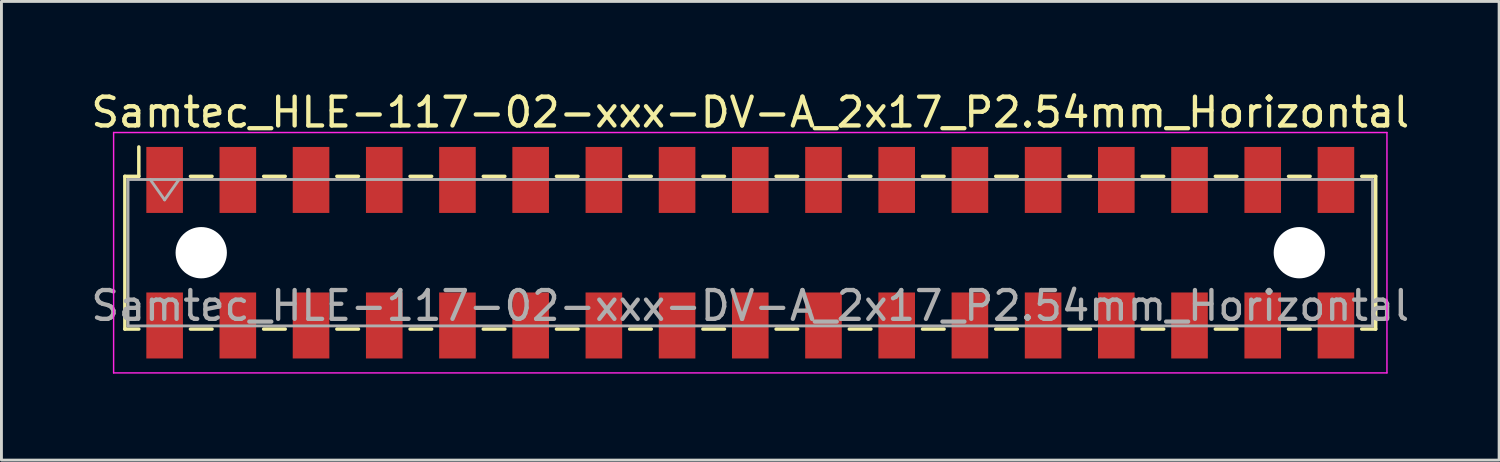
<source format=kicad_pcb>
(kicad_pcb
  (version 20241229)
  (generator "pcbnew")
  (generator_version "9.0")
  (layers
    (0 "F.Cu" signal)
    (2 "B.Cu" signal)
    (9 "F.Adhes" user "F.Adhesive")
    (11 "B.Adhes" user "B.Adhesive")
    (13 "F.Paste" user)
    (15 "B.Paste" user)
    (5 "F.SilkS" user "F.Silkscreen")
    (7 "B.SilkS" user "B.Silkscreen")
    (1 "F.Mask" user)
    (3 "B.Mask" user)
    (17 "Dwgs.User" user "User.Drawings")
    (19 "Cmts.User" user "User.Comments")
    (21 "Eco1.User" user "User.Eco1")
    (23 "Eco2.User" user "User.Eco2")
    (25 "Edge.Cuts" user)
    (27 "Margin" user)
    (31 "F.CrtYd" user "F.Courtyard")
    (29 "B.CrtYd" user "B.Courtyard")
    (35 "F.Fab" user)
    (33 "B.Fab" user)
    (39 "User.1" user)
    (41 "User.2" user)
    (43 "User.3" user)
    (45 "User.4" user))
  (footprint "Samtec_HLE-117-02-xxx-DV-A_2x17_P2.54mm_Horizontal"
    (layer "F.Cu")
    (at 22.982 5.718)
    (property "Reference" "Samtec_HLE-117-02-xxx-DV-A_2x17_P2.54mm_Horizontal" (at 0 -4.87 0) (layer "F.SilkS") (effects (font (size 1 1) (thickness 0.15))))
    (attr smd)
    (fp_line (start -21.7 -2.65) (end -21.7 2.65) (stroke (width 0.12) (type solid)) (layer "F.SilkS"))
    (fp_line (start -21.7 2.65) (end -21.215 2.65) (stroke (width 0.12) (type solid)) (layer "F.SilkS"))
    (fp_line (start -21.215 -3.67) (end -21.215 -2.65) (stroke (width 0.12) (type solid)) (layer "F.SilkS"))
    (fp_line (start -21.215 -2.65) (end -21.7 -2.65) (stroke (width 0.12) (type solid)) (layer "F.SilkS"))
    (fp_line (start -19.425 -2.65) (end -18.675 -2.65) (stroke (width 0.12) (type solid)) (layer "F.SilkS"))
    (fp_line (start -19.425 2.65) (end -18.675 2.65) (stroke (width 0.12) (type solid)) (layer "F.SilkS"))
    (fp_line (start -16.885 -2.65) (end -16.135 -2.65) (stroke (width 0.12) (type solid)) (layer "F.SilkS"))
    (fp_line (start -16.885 2.65) (end -16.135 2.65) (stroke (width 0.12) (type solid)) (layer "F.SilkS"))
    (fp_line (start -14.345 -2.65) (end -13.595 -2.65) (stroke (width 0.12) (type solid)) (layer "F.SilkS"))
    (fp_line (start -14.345 2.65) (end -13.595 2.65) (stroke (width 0.12) (type solid)) (layer "F.SilkS"))
    (fp_line (start -11.805 -2.65) (end -11.055 -2.65) (stroke (width 0.12) (type solid)) (layer "F.SilkS"))
    (fp_line (start -11.805 2.65) (end -11.055 2.65) (stroke (width 0.12) (type solid)) (layer "F.SilkS"))
    (fp_line (start -9.265 -2.65) (end -8.515 -2.65) (stroke (width 0.12) (type solid)) (layer "F.SilkS"))
    (fp_line (start -9.265 2.65) (end -8.515 2.65) (stroke (width 0.12) (type solid)) (layer "F.SilkS"))
    (fp_line (start -6.725 -2.65) (end -5.975 -2.65) (stroke (width 0.12) (type solid)) (layer "F.SilkS"))
    (fp_line (start -6.725 2.65) (end -5.975 2.65) (stroke (width 0.12) (type solid)) (layer "F.SilkS"))
    (fp_line (start -4.185 -2.65) (end -3.435 -2.65) (stroke (width 0.12) (type solid)) (layer "F.SilkS"))
    (fp_line (start -4.185 2.65) (end -3.435 2.65) (stroke (width 0.12) (type solid)) (layer "F.SilkS"))
    (fp_line (start -1.645 -2.65) (end -0.895 -2.65) (stroke (width 0.12) (type solid)) (layer "F.SilkS"))
    (fp_line (start -1.645 2.65) (end -0.895 2.65) (stroke (width 0.12) (type solid)) (layer "F.SilkS"))
    (fp_line (start 0.895 -2.65) (end 1.645 -2.65) (stroke (width 0.12) (type solid)) (layer "F.SilkS"))
    (fp_line (start 0.895 2.65) (end 1.645 2.65) (stroke (width 0.12) (type solid)) (layer "F.SilkS"))
    (fp_line (start 3.435 -2.65) (end 4.185 -2.65) (stroke (width 0.12) (type solid)) (layer "F.SilkS"))
    (fp_line (start 3.435 2.65) (end 4.185 2.65) (stroke (width 0.12) (type solid)) (layer "F.SilkS"))
    (fp_line (start 5.975 -2.65) (end 6.725 -2.65) (stroke (width 0.12) (type solid)) (layer "F.SilkS"))
    (fp_line (start 5.975 2.65) (end 6.725 2.65) (stroke (width 0.12) (type solid)) (layer "F.SilkS"))
    (fp_line (start 8.515 -2.65) (end 9.265 -2.65) (stroke (width 0.12) (type solid)) (layer "F.SilkS"))
    (fp_line (start 8.515 2.65) (end 9.265 2.65) (stroke (width 0.12) (type solid)) (layer "F.SilkS"))
    (fp_line (start 11.055 -2.65) (end 11.805 -2.65) (stroke (width 0.12) (type solid)) (layer "F.SilkS"))
    (fp_line (start 11.055 2.65) (end 11.805 2.65) (stroke (width 0.12) (type solid)) (layer "F.SilkS"))
    (fp_line (start 13.595 -2.65) (end 14.345 -2.65) (stroke (width 0.12) (type solid)) (layer "F.SilkS"))
    (fp_line (start 13.595 2.65) (end 14.345 2.65) (stroke (width 0.12) (type solid)) (layer "F.SilkS"))
    (fp_line (start 16.135 -2.65) (end 16.885 -2.65) (stroke (width 0.12) (type solid)) (layer "F.SilkS"))
    (fp_line (start 16.135 2.65) (end 16.885 2.65) (stroke (width 0.12) (type solid)) (layer "F.SilkS"))
    (fp_line (start 18.675 -2.65) (end 19.425 -2.65) (stroke (width 0.12) (type solid)) (layer "F.SilkS"))
    (fp_line (start 18.675 2.65) (end 19.425 2.65) (stroke (width 0.12) (type solid)) (layer "F.SilkS"))
    (fp_line (start 21.215 -2.65) (end 21.7 -2.65) (stroke (width 0.12) (type solid)) (layer "F.SilkS"))
    (fp_line (start 21.7 -2.65) (end 21.7 2.65) (stroke (width 0.12) (type solid)) (layer "F.SilkS"))
    (fp_line (start 21.7 2.65) (end 21.215 2.65) (stroke (width 0.12) (type solid)) (layer "F.SilkS"))
    (fp_line (start -22.09 -4.17) (end 22.09 -4.17) (stroke (width 0.05) (type solid)) (layer "F.CrtYd"))
    (fp_line (start -22.09 4.17) (end -22.09 -4.17) (stroke (width 0.05) (type solid)) (layer "F.CrtYd"))
    (fp_line (start 22.09 -4.17) (end 22.09 4.17) (stroke (width 0.05) (type solid)) (layer "F.CrtYd"))
    (fp_line (start 22.09 4.17) (end -22.09 4.17) (stroke (width 0.05) (type solid)) (layer "F.CrtYd"))
    (fp_line (start -21.59 -2.54) (end 21.59 -2.54) (stroke (width 0.1) (type solid)) (layer "F.Fab"))
    (fp_line (start -21.59 2.54) (end -21.59 -2.54) (stroke (width 0.1) (type solid)) (layer "F.Fab"))
    (fp_line (start -20.82 -2.54) (end -20.32 -1.833) (stroke (width 0.1) (type solid)) (layer "F.Fab"))
    (fp_line (start -20.32 -1.833) (end -19.82 -2.54) (stroke (width 0.1) (type solid)) (layer "F.Fab"))
    (fp_line (start 21.59 -2.54) (end 21.59 2.54) (stroke (width 0.1) (type solid)) (layer "F.Fab"))
    (fp_line (start 21.59 2.54) (end -21.59 2.54) (stroke (width 0.1) (type solid)) (layer "F.Fab"))
    (fp_text user "${REFERENCE}" (at 0 1.84 0) (layer "F.Fab") (effects (font (size 1 1) (thickness 0.15))))
    (pad "" np_thru_hole circle (at -19.05 0) (size 1.78 1.78) (drill 1.78) (layers "*.Cu" "*.Mask"))
    (pad "" np_thru_hole circle (at 19.05 0) (size 1.78 1.78) (drill 1.78) (layers "*.Cu" "*.Mask"))
    (pad "1" smd rect (at -20.32 -2.525) (size 1.27 2.29) (layers "F.Cu" "F.Mask" "F.Paste"))
    (pad "2" smd rect (at -20.32 2.525) (size 1.27 2.29) (layers "F.Cu" "F.Mask" "F.Paste"))
    (pad "3" smd rect (at -17.78 -2.525) (size 1.27 2.29) (layers "F.Cu" "F.Mask" "F.Paste"))
    (pad "4" smd rect (at -17.78 2.525) (size 1.27 2.29) (layers "F.Cu" "F.Mask" "F.Paste"))
    (pad "5" smd rect (at -15.24 -2.525) (size 1.27 2.29) (layers "F.Cu" "F.Mask" "F.Paste"))
    (pad "6" smd rect (at -15.24 2.525) (size 1.27 2.29) (layers "F.Cu" "F.Mask" "F.Paste"))
    (pad "7" smd rect (at -12.7 -2.525) (size 1.27 2.29) (layers "F.Cu" "F.Mask" "F.Paste"))
    (pad "8" smd rect (at -12.7 2.525) (size 1.27 2.29) (layers "F.Cu" "F.Mask" "F.Paste"))
    (pad "9" smd rect (at -10.16 -2.525) (size 1.27 2.29) (layers "F.Cu" "F.Mask" "F.Paste"))
    (pad "10" smd rect (at -10.16 2.525) (size 1.27 2.29) (layers "F.Cu" "F.Mask" "F.Paste"))
    (pad "11" smd rect (at -7.62 -2.525) (size 1.27 2.29) (layers "F.Cu" "F.Mask" "F.Paste"))
    (pad "12" smd rect (at -7.62 2.525) (size 1.27 2.29) (layers "F.Cu" "F.Mask" "F.Paste"))
    (pad "13" smd rect (at -5.08 -2.525) (size 1.27 2.29) (layers "F.Cu" "F.Mask" "F.Paste"))
    (pad "14" smd rect (at -5.08 2.525) (size 1.27 2.29) (layers "F.Cu" "F.Mask" "F.Paste"))
    (pad "15" smd rect (at -2.54 -2.525) (size 1.27 2.29) (layers "F.Cu" "F.Mask" "F.Paste"))
    (pad "16" smd rect (at -2.54 2.525) (size 1.27 2.29) (layers "F.Cu" "F.Mask" "F.Paste"))
    (pad "17" smd rect (at 0 -2.525) (size 1.27 2.29) (layers "F.Cu" "F.Mask" "F.Paste"))
    (pad "18" smd rect (at 0 2.525) (size 1.27 2.29) (layers "F.Cu" "F.Mask" "F.Paste"))
    (pad "19" smd rect (at 2.54 -2.525) (size 1.27 2.29) (layers "F.Cu" "F.Mask" "F.Paste"))
    (pad "20" smd rect (at 2.54 2.525) (size 1.27 2.29) (layers "F.Cu" "F.Mask" "F.Paste"))
    (pad "21" smd rect (at 5.08 -2.525) (size 1.27 2.29) (layers "F.Cu" "F.Mask" "F.Paste"))
    (pad "22" smd rect (at 5.08 2.525) (size 1.27 2.29) (layers "F.Cu" "F.Mask" "F.Paste"))
    (pad "23" smd rect (at 7.62 -2.525) (size 1.27 2.29) (layers "F.Cu" "F.Mask" "F.Paste"))
    (pad "24" smd rect (at 7.62 2.525) (size 1.27 2.29) (layers "F.Cu" "F.Mask" "F.Paste"))
    (pad "25" smd rect (at 10.16 -2.525) (size 1.27 2.29) (layers "F.Cu" "F.Mask" "F.Paste"))
    (pad "26" smd rect (at 10.16 2.525) (size 1.27 2.29) (layers "F.Cu" "F.Mask" "F.Paste"))
    (pad "27" smd rect (at 12.7 -2.525) (size 1.27 2.29) (layers "F.Cu" "F.Mask" "F.Paste"))
    (pad "28" smd rect (at 12.7 2.525) (size 1.27 2.29) (layers "F.Cu" "F.Mask" "F.Paste"))
    (pad "29" smd rect (at 15.24 -2.525) (size 1.27 2.29) (layers "F.Cu" "F.Mask" "F.Paste"))
    (pad "30" smd rect (at 15.24 2.525) (size 1.27 2.29) (layers "F.Cu" "F.Mask" "F.Paste"))
    (pad "31" smd rect (at 17.78 -2.525) (size 1.27 2.29) (layers "F.Cu" "F.Mask" "F.Paste"))
    (pad "32" smd rect (at 17.78 2.525) (size 1.27 2.29) (layers "F.Cu" "F.Mask" "F.Paste"))
    (pad "33" smd rect (at 20.32 -2.525) (size 1.27 2.29) (layers "F.Cu" "F.Mask" "F.Paste"))
    (pad "34" smd rect (at 20.32 2.525) (size 1.27 2.29) (layers "F.Cu" "F.Mask" "F.Paste")))
  (gr_rect
    (start -3 -3)
    (end 48.964 12.913)
    (stroke (width 0.1) (type default))
    (fill no)
    (layer "Edge.Cuts")))
</source>
